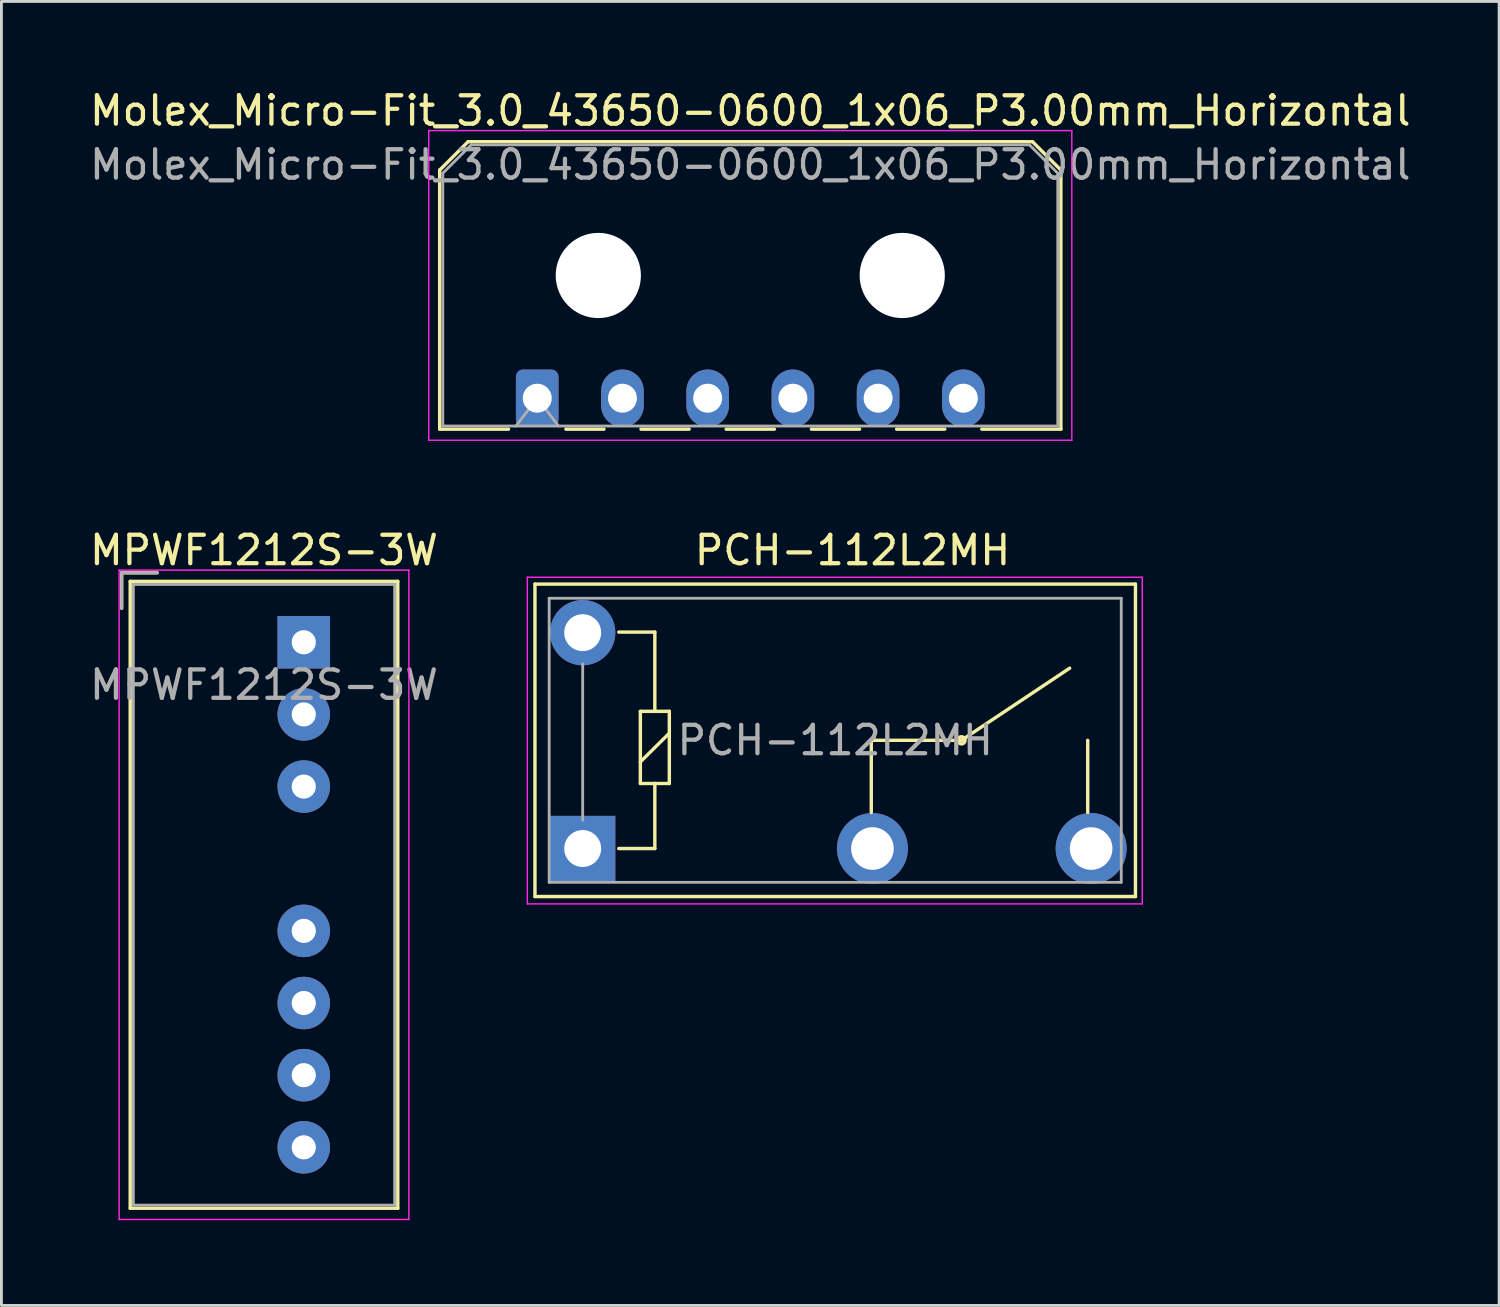
<source format=kicad_pcb>
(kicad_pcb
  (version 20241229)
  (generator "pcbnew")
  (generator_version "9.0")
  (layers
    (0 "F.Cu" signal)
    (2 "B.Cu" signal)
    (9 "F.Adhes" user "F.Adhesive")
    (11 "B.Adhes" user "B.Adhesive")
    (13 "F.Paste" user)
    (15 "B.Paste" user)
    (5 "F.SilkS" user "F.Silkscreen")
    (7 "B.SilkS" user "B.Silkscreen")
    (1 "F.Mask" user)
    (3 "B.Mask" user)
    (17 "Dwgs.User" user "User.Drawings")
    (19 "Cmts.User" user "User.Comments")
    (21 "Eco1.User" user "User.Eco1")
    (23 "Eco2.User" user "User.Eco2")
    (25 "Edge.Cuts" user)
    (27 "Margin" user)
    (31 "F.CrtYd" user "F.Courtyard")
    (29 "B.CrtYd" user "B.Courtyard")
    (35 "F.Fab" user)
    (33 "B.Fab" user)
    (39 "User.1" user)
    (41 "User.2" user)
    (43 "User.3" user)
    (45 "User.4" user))
  (footprint "MPWF1212S-3W"
    (layer "F.Cu")
    (at 7.644 19.561)
    (property "Reference" "MPWF1212S-3W" (at -1.4 -3.24 0) (layer "F.SilkS") (effects (font (size 1 1) (thickness 0.15))))
    (attr through_hole)
    (fp_line (start -6.41 -2.445) (end -6.41 -1.195) (stroke (width 0.12) (type solid)) (layer "F.SilkS"))
    (fp_line (start -6.11 -2.145) (end -6.11 19.925) (stroke (width 0.12) (type solid)) (layer "F.SilkS"))
    (fp_line (start -6.11 19.925) (end 3.31 19.925) (stroke (width 0.12) (type solid)) (layer "F.SilkS"))
    (fp_line (start -5.16 -2.445) (end -6.41 -2.445) (stroke (width 0.12) (type solid)) (layer "F.SilkS"))
    (fp_line (start 3.31 -2.145) (end -6.11 -2.145) (stroke (width 0.12) (type solid)) (layer "F.SilkS"))
    (fp_line (start 3.31 19.925) (end 3.31 -2.145) (stroke (width 0.12) (type solid)) (layer "F.SilkS"))
    (fp_line (start -6.5 -2.54) (end -6.5 20.32) (stroke (width 0.05) (type solid)) (layer "F.CrtYd"))
    (fp_line (start -6.5 20.32) (end 3.7 20.32) (stroke (width 0.05) (type solid)) (layer "F.CrtYd"))
    (fp_line (start 3.7 -2.54) (end -6.5 -2.54) (stroke (width 0.05) (type solid)) (layer "F.CrtYd"))
    (fp_line (start 3.7 20.32) (end 3.7 -2.54) (stroke (width 0.05) (type solid)) (layer "F.CrtYd"))
    (fp_line (start -6.41 -2.445) (end -6.41 -1.195) (stroke (width 0.1) (type solid)) (layer "F.Fab"))
    (fp_line (start -6 -2.035) (end -6 19.815) (stroke (width 0.1) (type solid)) (layer "F.Fab"))
    (fp_line (start -6 19.815) (end 3.2 19.815) (stroke (width 0.1) (type solid)) (layer "F.Fab"))
    (fp_line (start -5.16 -2.445) (end -6.41 -2.445) (stroke (width 0.1) (type solid)) (layer "F.Fab"))
    (fp_line (start 3.2 -2.035) (end -6 -2.035) (stroke (width 0.1) (type solid)) (layer "F.Fab"))
    (fp_line (start 3.2 19.815) (end 3.2 -2.035) (stroke (width 0.1) (type solid)) (layer "F.Fab"))
    (fp_text user "${REFERENCE}" (at -1.4 1.5 0) (layer "F.Fab") (effects (font (size 1 1) (thickness 0.15))))
    (pad "1" thru_hole rect (at 0 0) (size 1.85 1.85) (drill 0.85) (layers "*.Cu" "*.Mask"))
    (pad "2" thru_hole circle (at 0 2.54) (size 1.85 1.85) (drill 0.85) (layers "*.Cu" "*.Mask"))
    (pad "3" thru_hole circle (at 0 5.08) (size 1.85 1.85) (drill 0.85) (layers "*.Cu" "*.Mask"))
    (pad "5" thru_hole circle (at 0 10.16) (size 1.85 1.85) (drill 0.85) (layers "*.Cu" "*.Mask"))
    (pad "6" thru_hole circle (at 0 12.7) (size 1.85 1.85) (drill 0.85) (layers "*.Cu" "*.Mask"))
    (pad "7" thru_hole circle (at 0 15.24) (size 1.85 1.85) (drill 0.85) (layers "*.Cu" "*.Mask"))
    (pad "8" thru_hole circle (at 0 17.78) (size 1.85 1.85) (drill 0.85) (layers "*.Cu" "*.Mask")))
  (footprint "Molex_Micro-Fit_3.0_43650-0600_1x06_P3.00mm_Horizontal"
    (layer "F.Cu")
    (at 15.863 10.968)
    (property "Reference" "Molex_Micro-Fit_3.0_43650-0600_1x06_P3.00mm_Horizontal" (at 7.5 -10.12 0) (layer "F.SilkS") (effects (font (size 1 1) (thickness 0.15))))
    (attr through_hole)
    (fp_line (start -3.435 -8.03) (end -2.435 -9.03) (stroke (width 0.12) (type solid)) (layer "F.SilkS"))
    (fp_line (start -3.435 1.09) (end -3.435 -8.03) (stroke (width 0.12) (type solid)) (layer "F.SilkS"))
    (fp_line (start -3.435 1.09) (end -1.01 1.09) (stroke (width 0.12) (type solid)) (layer "F.SilkS"))
    (fp_line (start -2.435 -9.03) (end 17.435 -9.03) (stroke (width 0.12) (type solid)) (layer "F.SilkS"))
    (fp_line (start 1.01 1.09) (end 2.348 1.09) (stroke (width 0.12) (type solid)) (layer "F.SilkS"))
    (fp_line (start 3.652 1.09) (end 5.348 1.09) (stroke (width 0.12) (type solid)) (layer "F.SilkS"))
    (fp_line (start 6.652 1.09) (end 8.348 1.09) (stroke (width 0.12) (type solid)) (layer "F.SilkS"))
    (fp_line (start 9.652 1.09) (end 11.348 1.09) (stroke (width 0.12) (type solid)) (layer "F.SilkS"))
    (fp_line (start 12.652 1.09) (end 14.348 1.09) (stroke (width 0.12) (type solid)) (layer "F.SilkS"))
    (fp_line (start 17.435 -9.03) (end 18.435 -8.03) (stroke (width 0.12) (type solid)) (layer "F.SilkS"))
    (fp_line (start 18.435 -8.03) (end 18.435 1.09) (stroke (width 0.12) (type solid)) (layer "F.SilkS"))
    (fp_line (start 18.435 1.09) (end 15.652 1.09) (stroke (width 0.12) (type solid)) (layer "F.SilkS"))
    (fp_line (start -3.82 -9.42) (end 18.82 -9.42) (stroke (width 0.05) (type solid)) (layer "F.CrtYd"))
    (fp_line (start -3.82 1.48) (end -3.82 -9.42) (stroke (width 0.05) (type solid)) (layer "F.CrtYd"))
    (fp_line (start 18.82 -9.42) (end 18.82 1.48) (stroke (width 0.05) (type solid)) (layer "F.CrtYd"))
    (fp_line (start 18.82 1.48) (end -3.82 1.48) (stroke (width 0.05) (type solid)) (layer "F.CrtYd"))
    (fp_line (start -3.325 -7.92) (end -2.325 -8.92) (stroke (width 0.1) (type solid)) (layer "F.Fab"))
    (fp_line (start -3.325 0.98) (end -3.325 -7.92) (stroke (width 0.1) (type solid)) (layer "F.Fab"))
    (fp_line (start -2.325 -8.92) (end 17.325 -8.92) (stroke (width 0.1) (type solid)) (layer "F.Fab"))
    (fp_line (start -0.75 0.98) (end 0 0) (stroke (width 0.1) (type solid)) (layer "F.Fab"))
    (fp_line (start 0 0) (end 0.75 0.98) (stroke (width 0.1) (type solid)) (layer "F.Fab"))
    (fp_line (start 17.325 -8.92) (end 18.325 -7.92) (stroke (width 0.1) (type solid)) (layer "F.Fab"))
    (fp_line (start 18.325 -7.92) (end 18.325 0.98) (stroke (width 0.1) (type solid)) (layer "F.Fab"))
    (fp_line (start 18.325 0.98) (end -3.325 0.98) (stroke (width 0.1) (type solid)) (layer "F.Fab"))
    (fp_text user "${REFERENCE}" (at 7.5 -8.22 0) (layer "F.Fab") (effects (font (size 1 1) (thickness 0.15))))
    (pad "" np_thru_hole circle (at 2.15 -4.32) (size 3 3) (drill 3) (layers "*.Cu" "*.Mask"))
    (pad "" np_thru_hole circle (at 12.85 -4.32) (size 3 3) (drill 3) (layers "*.Cu" "*.Mask"))
    (pad "1" thru_hole roundrect (at 0 0) (size 1.5 2.02) (drill 1.02) (layers "*.Cu" "*.Mask") (roundrect_rratio 0.167))
    (pad "2" thru_hole oval (at 3 0) (size 1.5 2.02) (drill 1.02) (layers "*.Cu" "*.Mask"))
    (pad "3" thru_hole oval (at 6 0) (size 1.5 2.02) (drill 1.02) (layers "*.Cu" "*.Mask"))
    (pad "4" thru_hole oval (at 9 0) (size 1.5 2.02) (drill 1.02) (layers "*.Cu" "*.Mask"))
    (pad "5" thru_hole oval (at 12 0) (size 1.5 2.02) (drill 1.02) (layers "*.Cu" "*.Mask"))
    (pad "6" thru_hole oval (at 15 0) (size 1.5 2.02) (drill 1.02) (layers "*.Cu" "*.Mask")))
  (footprint "PCH-112L2MH"
    (layer "F.Cu")
    (at 17.463 26.822)
    (property "Reference" "PCH-112L2MH" (at 9.5 -10.5 180) (layer "F.SilkS") (effects (font (size 1 1) (thickness 0.15))))
    (attr through_hole)
    (fp_line (start -1.68 -9.31) (end 19.46 -9.31) (stroke (width 0.12) (type solid)) (layer "F.SilkS"))
    (fp_line (start -1.68 1.69) (end -1.68 -9.31) (stroke (width 0.12) (type solid)) (layer "F.SilkS"))
    (fp_line (start -1.68 1.69) (end 19.46 1.69) (stroke (width 0.12) (type solid)) (layer "F.SilkS"))
    (fp_line (start 1.27 0) (end 2.54 0) (stroke (width 0.12) (type solid)) (layer "F.SilkS"))
    (fp_line (start 2.03 -4.83) (end 2.54 -4.83) (stroke (width 0.12) (type solid)) (layer "F.SilkS"))
    (fp_line (start 2.03 -3.05) (end 3.05 -4.06) (stroke (width 0.12) (type solid)) (layer "F.SilkS"))
    (fp_line (start 2.03 -2.29) (end 2.03 -4.83) (stroke (width 0.12) (type solid)) (layer "F.SilkS"))
    (fp_line (start 2.54 -7.62) (end 1.27 -7.62) (stroke (width 0.12) (type solid)) (layer "F.SilkS"))
    (fp_line (start 2.54 -4.83) (end 2.54 -7.62) (stroke (width 0.12) (type solid)) (layer "F.SilkS"))
    (fp_line (start 2.54 -4.83) (end 3.05 -4.83) (stroke (width 0.12) (type solid)) (layer "F.SilkS"))
    (fp_line (start 2.54 -2.29) (end 2.03 -2.29) (stroke (width 0.12) (type solid)) (layer "F.SilkS"))
    (fp_line (start 2.54 0) (end 2.54 -2.29) (stroke (width 0.12) (type solid)) (layer "F.SilkS"))
    (fp_line (start 3.05 -4.83) (end 3.05 -2.29) (stroke (width 0.12) (type solid)) (layer "F.SilkS"))
    (fp_line (start 3.05 -2.29) (end 2.54 -2.29) (stroke (width 0.12) (type solid)) (layer "F.SilkS"))
    (fp_line (start 10.16 -3.81) (end 13.335 -3.81) (stroke (width 0.12) (type solid)) (layer "F.SilkS"))
    (fp_line (start 10.16 -1.27) (end 10.16 -3.81) (stroke (width 0.12) (type solid)) (layer "F.SilkS"))
    (fp_line (start 13.335 -3.81) (end 17.145 -6.35) (stroke (width 0.12) (type solid)) (layer "F.SilkS"))
    (fp_line (start 17.78 -1.27) (end 17.78 -3.81) (stroke (width 0.12) (type solid)) (layer "F.SilkS"))
    (fp_line (start 19.46 1.69) (end 19.46 -9.31) (stroke (width 0.12) (type solid)) (layer "F.SilkS"))
    (fp_circle (center 13.335 -3.81) (end 13.462 -3.81) (stroke (width 0.12) (type solid)) (fill no) (layer "F.SilkS"))
    (fp_line (start -1.95 -9.55) (end 19.7 -9.55) (stroke (width 0.05) (type solid)) (layer "F.CrtYd"))
    (fp_line (start -1.95 1.95) (end -1.95 -9.55) (stroke (width 0.05) (type solid)) (layer "F.CrtYd"))
    (fp_line (start 19.7 -9.55) (end 19.7 1.95) (stroke (width 0.05) (type solid)) (layer "F.CrtYd"))
    (fp_line (start 19.7 1.95) (end -1.95 1.95) (stroke (width 0.05) (type solid)) (layer "F.CrtYd"))
    (fp_line (start -1.18 -8.81) (end 18.96 -8.81) (stroke (width 0.1) (type solid)) (layer "F.Fab"))
    (fp_line (start -1.18 1.19) (end -1.18 -8.81) (stroke (width 0.1) (type solid)) (layer "F.Fab"))
    (fp_line (start 0 -1) (end 0 -6.5) (stroke (width 0.1) (type solid)) (layer "F.Fab"))
    (fp_line (start 18.96 -8.81) (end 18.96 1.19) (stroke (width 0.1) (type solid)) (layer "F.Fab"))
    (fp_line (start 18.96 1.19) (end -1.18 1.19) (stroke (width 0.1) (type solid)) (layer "F.Fab"))
    (fp_text user "${REFERENCE}" (at 8.89 -3.81 0) (layer "F.Fab") (effects (font (size 1 1) (thickness 0.15))))
    (pad "1" thru_hole rect (at 0 0 180) (size 2.3 2.3) (drill 1.3) (layers "*.Cu" "*.Mask"))
    (pad "2" thru_hole circle (at 10.2 0 180) (size 2.5 2.5) (drill 1.5) (layers "*.Cu" "*.Mask"))
    (pad "3" thru_hole circle (at 17.9 0 180) (size 2.5 2.5) (drill 1.5) (layers "*.Cu" "*.Mask"))
    (pad "5" thru_hole circle (at 0 -7.6 180) (size 2.3 2.3) (drill 1.3) (layers "*.Cu" "*.Mask")))
  (gr_rect
    (start -3 -3)
    (end 49.726 42.907)
    (stroke (width 0.1) (type default))
    (fill no)
    (layer "Edge.Cuts")))
</source>
